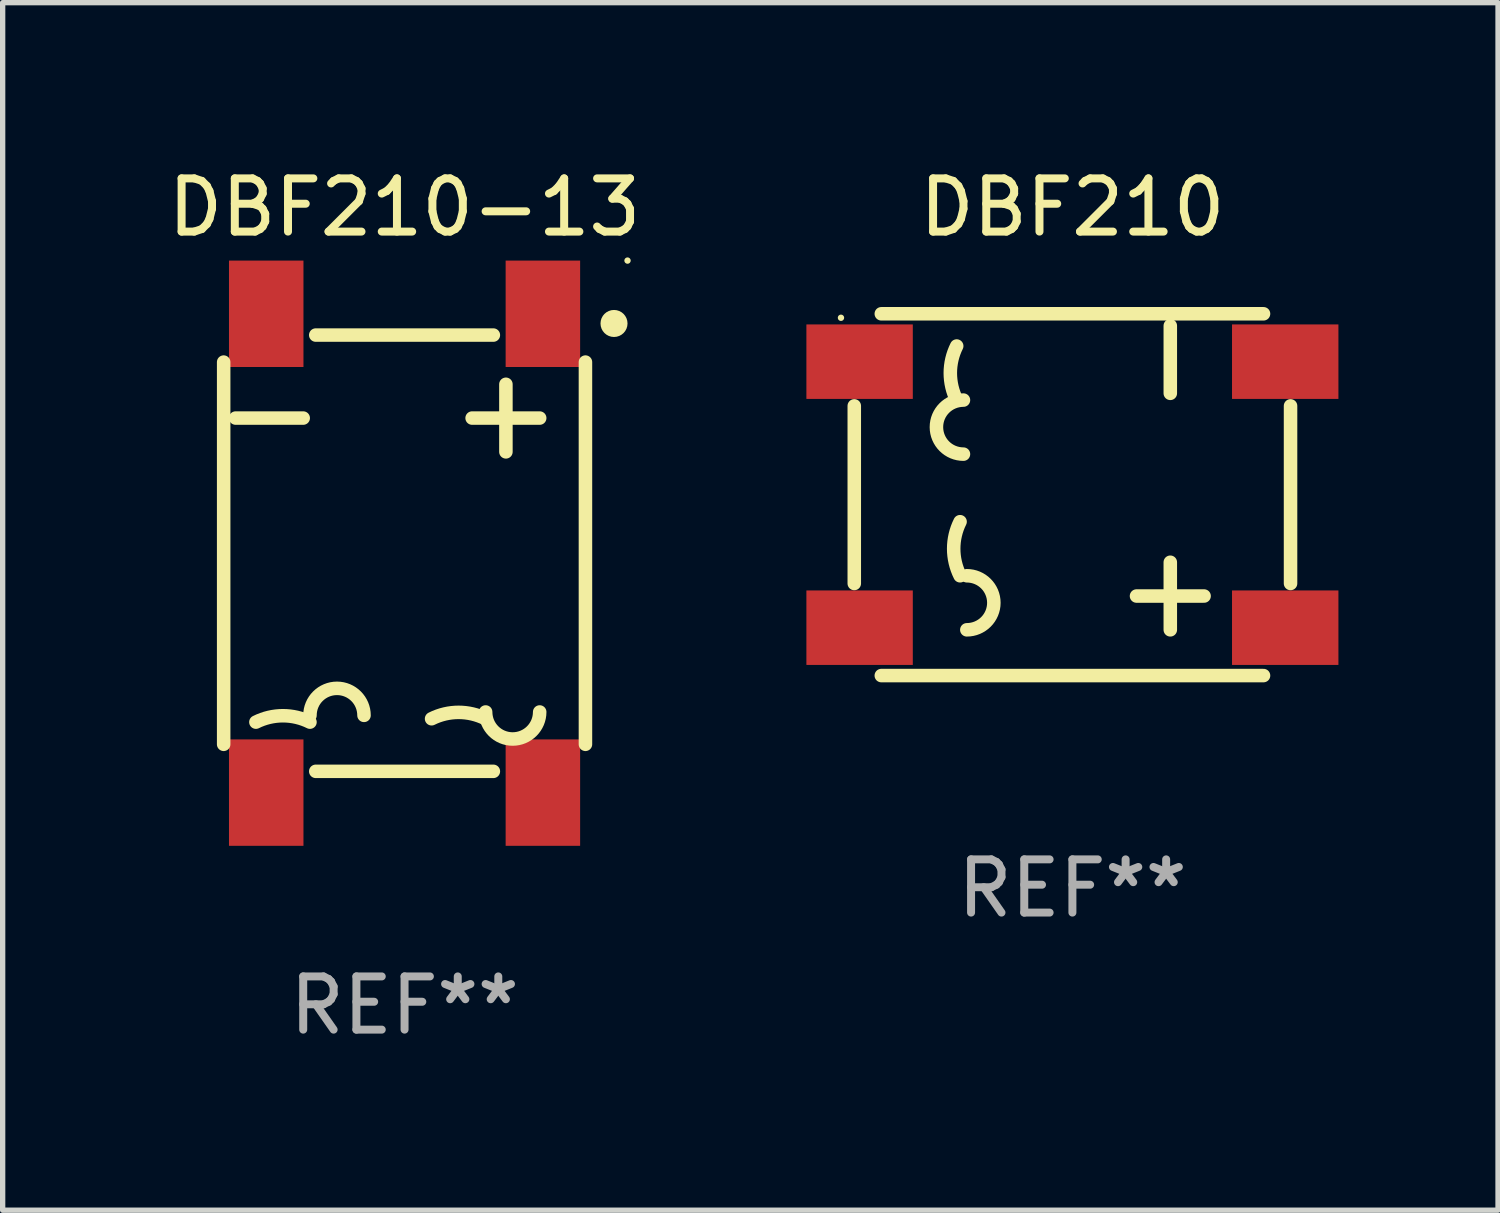
<source format=kicad_pcb>
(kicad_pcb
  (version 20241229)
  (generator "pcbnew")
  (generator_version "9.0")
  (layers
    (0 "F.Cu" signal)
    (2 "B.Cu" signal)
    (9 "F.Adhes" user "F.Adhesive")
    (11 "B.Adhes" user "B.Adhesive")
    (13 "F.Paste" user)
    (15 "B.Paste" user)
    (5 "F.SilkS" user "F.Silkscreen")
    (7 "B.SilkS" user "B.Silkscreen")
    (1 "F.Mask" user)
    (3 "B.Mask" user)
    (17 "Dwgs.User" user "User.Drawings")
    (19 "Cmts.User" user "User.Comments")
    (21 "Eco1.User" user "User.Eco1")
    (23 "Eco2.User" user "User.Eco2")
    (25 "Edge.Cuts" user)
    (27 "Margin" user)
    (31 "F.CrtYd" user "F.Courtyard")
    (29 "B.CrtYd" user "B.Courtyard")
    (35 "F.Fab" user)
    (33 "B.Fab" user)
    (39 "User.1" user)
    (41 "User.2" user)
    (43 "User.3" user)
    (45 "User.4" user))
  (footprint "DBF210"
    (layer "F.Cu")
    (at 17.107 6.248)
    (property "Reference" "DBF210" (at 0 -5.4 0) (layer "F.SilkS") (effects (font (size 1 1) (thickness 0.15))))
    (attr through_hole)
    (fp_line (start -4.1 -1.669) (end -4.1 1.669) (stroke (width 0.254) (type solid)) (layer "F.SilkS"))
    (fp_line (start -3.592 3.4) (end 3.592 3.4) (stroke (width 0.254) (type solid)) (layer "F.SilkS"))
    (fp_line (start -3.592 -3.4) (end 3.592 -3.4) (stroke (width 0.254) (type solid)) (layer "F.SilkS"))
    (fp_line (start 1.205 1.905) (end 2.475 1.905) (stroke (width 0.254) (type solid)) (layer "F.SilkS"))
    (fp_line (start 1.84 -3.175) (end 1.84 -1.905) (stroke (width 0.254) (type solid)) (layer "F.SilkS"))
    (fp_line (start 1.84 1.27) (end 1.84 2.54) (stroke (width 0.254) (type solid)) (layer "F.SilkS"))
    (fp_line (start 4.1 -1.669) (end 4.1 1.669) (stroke (width 0.254) (type solid)) (layer "F.SilkS"))
    (fp_arc (start -2.175006 -1.778016) (mid -2.294929 -2.286017) (end -2.175006 -2.794018) (stroke (width 0.254001) (type solid)) (layer "F.SilkS"))
    (fp_arc (start -2.111506 1.52399) (mid -2.231429 1.015989) (end -2.111506 0.507988) (stroke (width 0.254001) (type solid)) (layer "F.SilkS"))
    (fp_arc (start -2.048006 -0.762014) (mid -2.556007 -1.270015) (end -2.048006 -1.778016) (stroke (width 0.254001) (type solid)) (layer "F.SilkS"))
    (fp_arc (start -1.984506 1.52399) (mid -1.476505 2.031991) (end -1.984506 2.539992) (stroke (width 0.254001) (type solid)) (layer "F.SilkS"))
    (fp_circle (center -4.35 -3.325) (end -4.32 -3.325) (stroke (width 0.06) (type solid)) (fill no) (layer "F.SilkS"))
    (fp_text user "REF**" (at 0 7.4 0) (layer "F.Fab") (effects (font (size 1 1) (thickness 0.15))))
    (pad "1" smd rect (at -4 -2.5) (size 2 1.4) (layers "F.Cu" "F.Mask" "F.Paste"))
    (pad "2" smd rect (at -4 2.5) (size 2 1.4) (layers "F.Cu" "F.Mask" "F.Paste"))
    (pad "3" smd rect (at 4 2.5) (size 2 1.4) (layers "F.Cu" "F.Mask" "F.Paste"))
    (pad "4" smd rect (at 4 -2.5) (size 2 1.4) (layers "F.Cu" "F.Mask" "F.Paste")))
  (footprint "DBF210-13"
    (layer "F.Cu")
    (at 4.554 7.348)
    (property "Reference" "DBF210-13" (at 0 -6.5 0) (layer "F.SilkS") (effects (font (size 1 1) (thickness 0.15))))
    (attr through_hole)
    (fp_line (start -3.4 3.592) (end -3.4 -3.592) (stroke (width 0.254) (type solid)) (layer "F.SilkS"))
    (fp_line (start -3.175 -2.54) (end -1.905 -2.54) (stroke (width 0.254) (type solid)) (layer "F.SilkS"))
    (fp_line (start -1.669 -4.1) (end 1.669 -4.1) (stroke (width 0.254) (type solid)) (layer "F.SilkS"))
    (fp_line (start -1.669 4.1) (end 1.669 4.1) (stroke (width 0.254) (type solid)) (layer "F.SilkS"))
    (fp_line (start 1.27 -2.54) (end 2.54 -2.54) (stroke (width 0.254) (type solid)) (layer "F.SilkS"))
    (fp_line (start 1.905 -1.905) (end 1.905 -3.175) (stroke (width 0.254) (type solid)) (layer "F.SilkS"))
    (fp_line (start 3.4 3.592) (end 3.4 -3.592) (stroke (width 0.254) (type solid)) (layer "F.SilkS"))
    (fp_arc (start -2.794006 3.175006) (mid -2.286005 3.055083) (end -1.778004 3.175006) (stroke (width 0.254001) (type solid)) (layer "F.SilkS"))
    (fp_arc (start -1.778004 3.048006) (mid -1.270003 2.540005) (end -0.762002 3.048006) (stroke (width 0.254001) (type solid)) (layer "F.SilkS"))
    (fp_arc (start 0.508001 3.111506) (mid 1.016002 2.991583) (end 1.524003 3.111506) (stroke (width 0.254001) (type solid)) (layer "F.SilkS"))
    (fp_arc (start 2.540005 2.984506) (mid 2.032004 3.492507) (end 1.524003 2.984506) (stroke (width 0.254001) (type solid)) (layer "F.SilkS"))
    (fp_circle (center 3.937 -4.318) (end 4.064 -4.318) (stroke (width 0.254) (type solid)) (fill no) (layer "F.SilkS"))
    (fp_circle (center 4.191 -5.5) (end 4.221 -5.5) (stroke (width 0.06) (type solid)) (fill no) (layer "F.SilkS"))
    (fp_text user "REF**" (at 0 8.5 0) (layer "F.Fab") (effects (font (size 1 1) (thickness 0.15))))
    (pad "1" smd rect (at 2.6 -4.5 90) (size 2 1.4) (layers "F.Cu" "F.Mask" "F.Paste"))
    (pad "2" smd rect (at 2.6 4.5 90) (size 2 1.4) (layers "F.Cu" "F.Mask" "F.Paste"))
    (pad "3" smd rect (at -2.6 -4.5 90) (size 2 1.4) (layers "F.Cu" "F.Mask" "F.Paste"))
    (pad "4" smd rect (at -2.6 4.5 90) (size 2 1.4) (layers "F.Cu" "F.Mask" "F.Paste")))
  (gr_rect
    (start -3 -3)
    (end 25.107 19.697)
    (stroke (width 0.1) (type default))
    (fill no)
    (layer "Edge.Cuts")))
</source>
